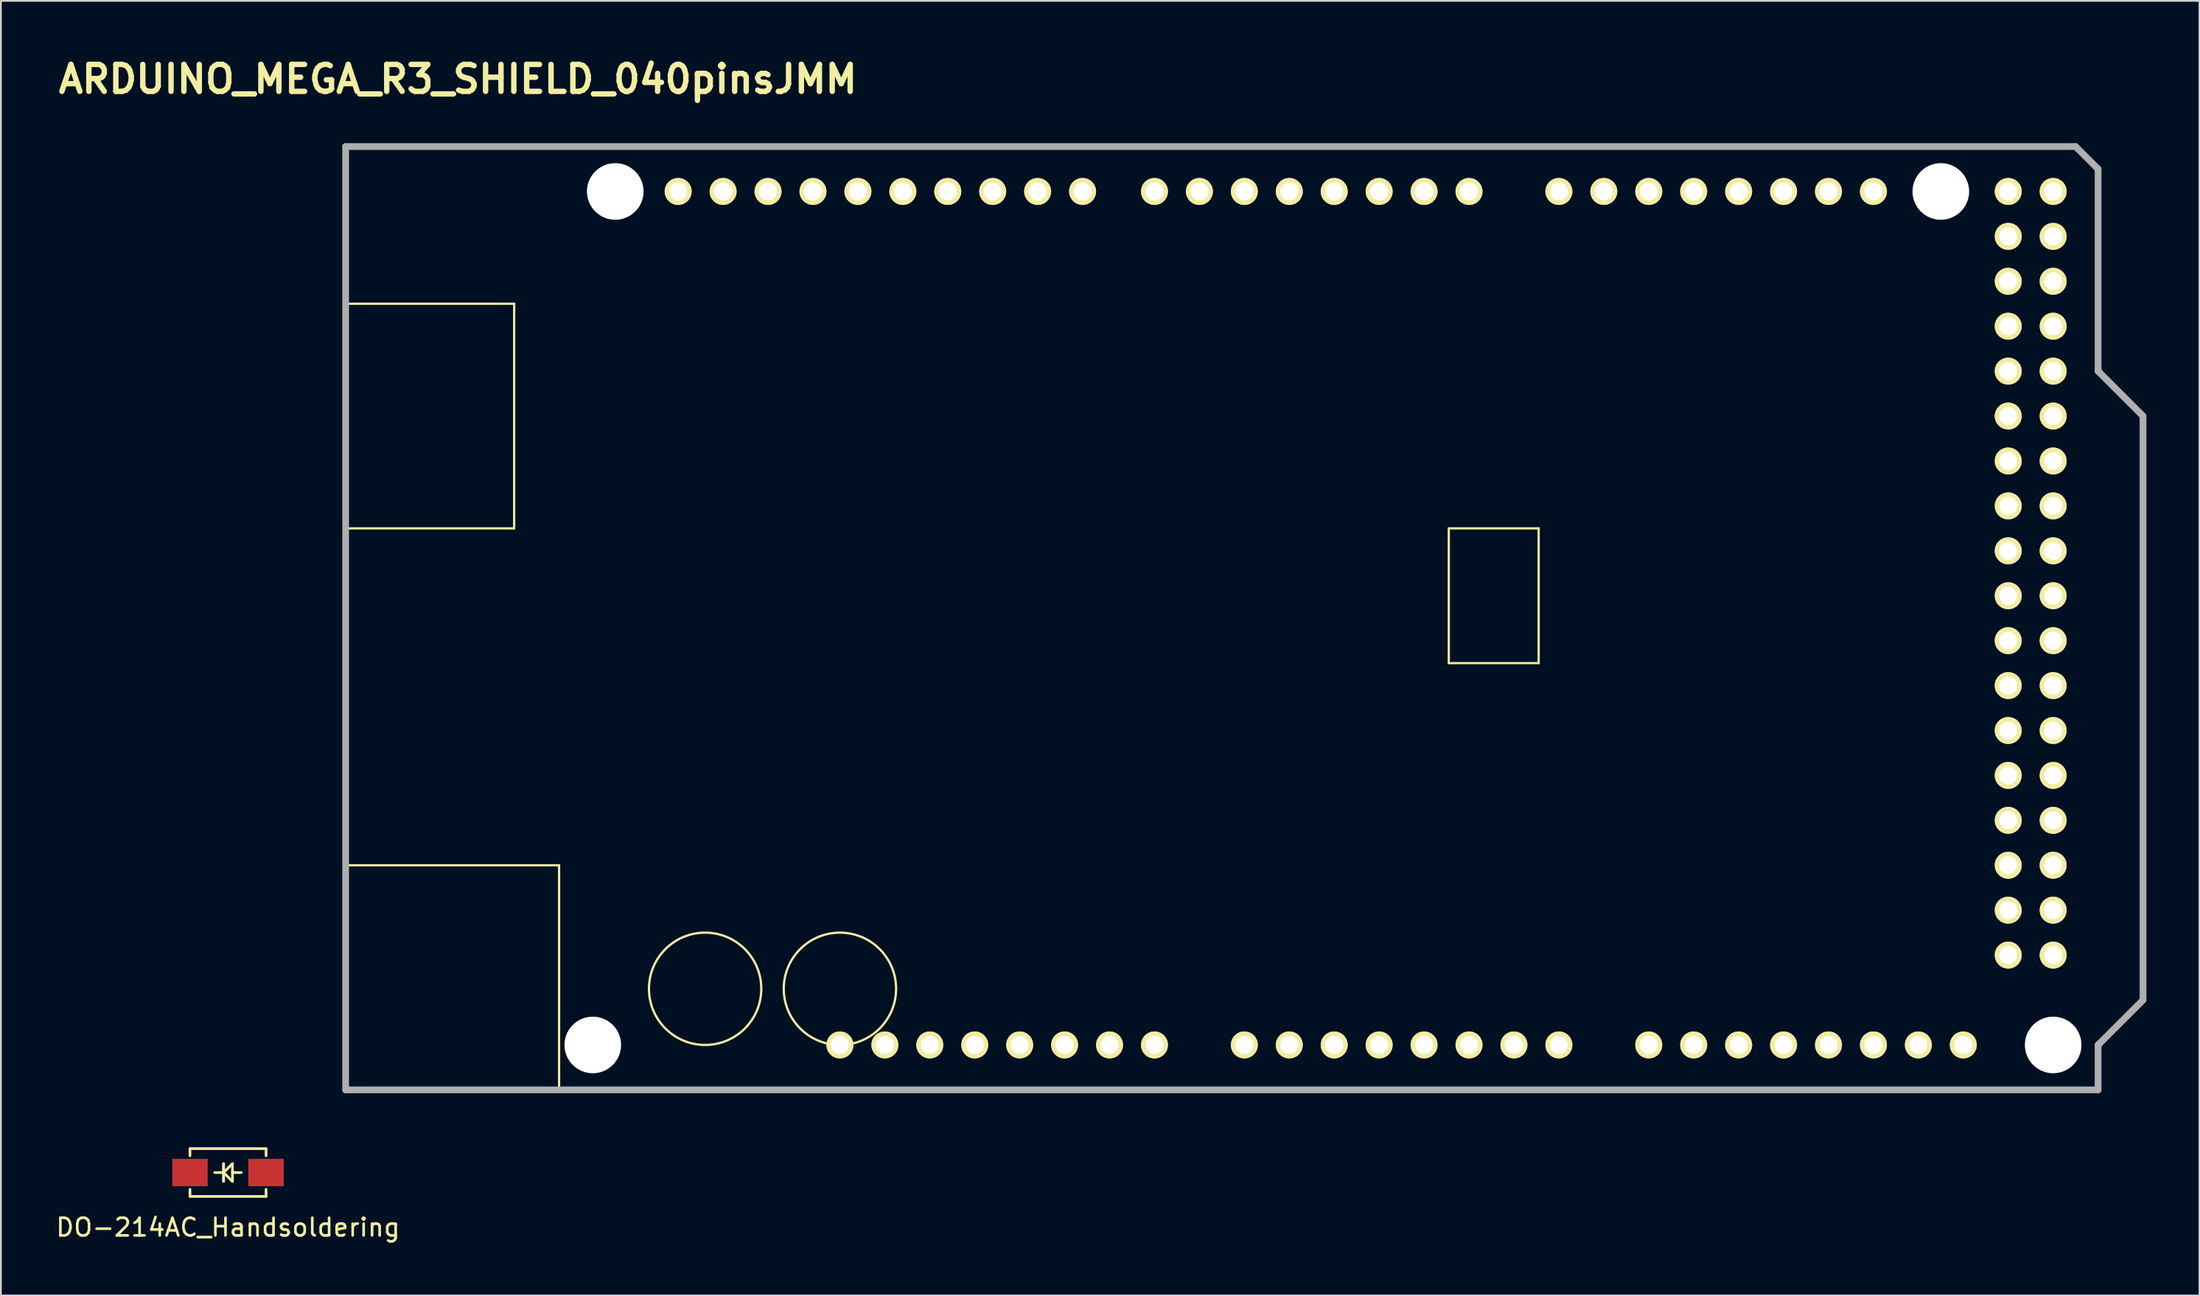
<source format=kicad_pcb>
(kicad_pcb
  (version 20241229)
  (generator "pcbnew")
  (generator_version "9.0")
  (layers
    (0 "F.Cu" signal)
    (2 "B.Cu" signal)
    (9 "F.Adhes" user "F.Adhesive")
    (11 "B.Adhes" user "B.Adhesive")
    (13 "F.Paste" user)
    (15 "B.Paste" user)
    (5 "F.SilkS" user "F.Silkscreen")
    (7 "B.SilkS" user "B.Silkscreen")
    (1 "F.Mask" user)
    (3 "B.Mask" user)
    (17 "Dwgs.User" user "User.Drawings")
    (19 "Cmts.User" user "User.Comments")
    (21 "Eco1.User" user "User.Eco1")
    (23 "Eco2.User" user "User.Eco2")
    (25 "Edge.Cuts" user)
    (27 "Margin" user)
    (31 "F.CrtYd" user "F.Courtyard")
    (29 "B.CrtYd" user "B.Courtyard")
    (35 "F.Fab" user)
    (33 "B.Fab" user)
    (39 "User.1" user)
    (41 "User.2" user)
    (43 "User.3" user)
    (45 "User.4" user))
  (footprint "DO-214AC_Handsoldering"
    (layer "F.Cu")
    (at 9.839 63.251)
    (property "Reference" "DO-214AC_Handsoldering" (at 0 3.1 0) (layer "F.SilkS") (effects (font (size 1 1) (thickness 0.15))))
    (attr through_hole)
    (fp_line (start -2.15 -1.35) (end -2.15 -0.95) (stroke (width 0.15) (type solid)) (layer "F.SilkS"))
    (fp_line (start -2.15 -1.35) (end 2.15 -1.35) (stroke (width 0.15) (type solid)) (layer "F.SilkS"))
    (fp_line (start -2.15 0.95) (end -2.15 1.35) (stroke (width 0.15) (type solid)) (layer "F.SilkS"))
    (fp_line (start -2.15 1.35) (end 2.15 1.35) (stroke (width 0.15) (type solid)) (layer "F.SilkS"))
    (fp_line (start -0.25 -0.5) (end -0.25 0) (stroke (width 0.15) (type solid)) (layer "F.SilkS"))
    (fp_line (start -0.25 0) (end -0.75 0) (stroke (width 0.15) (type solid)) (layer "F.SilkS"))
    (fp_line (start -0.25 0) (end -0.25 -0.5) (stroke (width 0.15) (type solid)) (layer "F.SilkS"))
    (fp_line (start -0.25 0) (end -0.25 0.5) (stroke (width 0.15) (type solid)) (layer "F.SilkS"))
    (fp_line (start -0.25 0) (end 0.25 0.5) (stroke (width 0.15) (type solid)) (layer "F.SilkS"))
    (fp_line (start -0.25 0.5) (end -0.25 0) (stroke (width 0.15) (type solid)) (layer "F.SilkS"))
    (fp_line (start 0.25 -0.5) (end -0.25 0) (stroke (width 0.15) (type solid)) (layer "F.SilkS"))
    (fp_line (start 0.25 0) (end 0.75 0) (stroke (width 0.15) (type solid)) (layer "F.SilkS"))
    (fp_line (start 0.25 0.5) (end 0.25 -0.5) (stroke (width 0.15) (type solid)) (layer "F.SilkS"))
    (fp_line (start 2.15 -1.35) (end 2.15 -0.95) (stroke (width 0.15) (type solid)) (layer "F.SilkS"))
    (fp_line (start 2.15 1.35) (end 2.15 0.95) (stroke (width 0.15) (type solid)) (layer "F.SilkS"))
    (pad "1" smd rect (at -2.15 0) (size 2 1.55) (layers "F.Cu" "F.Mask" "F.Paste"))
    (pad "2" smd rect (at 2.15 0) (size 2 1.55) (layers "F.Cu" "F.Mask" "F.Paste")))
  (footprint "ARDUINO_MEGA_R3_SHIELD_040pinsJMM"
    (layer "F.Cu")
    (at 16.488 58.576)
    (property "Reference" "ARDUINO_MEGA_R3_SHIELD_040pinsJMM" (at 6.35 -57.15 0) (layer "F.SilkS") (effects (font (size 1.524 1.524) (thickness 0.305))))
    (attr through_hole)
    (fp_line (start 0 -44.45) (end 9.525 -44.45) (stroke (width 0.127) (type solid)) (layer "F.SilkS"))
    (fp_line (start 0 -12.7) (end 12.065 -12.7) (stroke (width 0.127) (type solid)) (layer "F.SilkS"))
    (fp_line (start 9.525 -44.45) (end 9.525 -31.75) (stroke (width 0.127) (type solid)) (layer "F.SilkS"))
    (fp_line (start 9.525 -31.75) (end 0 -31.75) (stroke (width 0.127) (type solid)) (layer "F.SilkS"))
    (fp_line (start 12.065 -12.7) (end 12.065 0) (stroke (width 0.127) (type solid)) (layer "F.SilkS"))
    (fp_line (start 62.357 -31.75) (end 62.357 -24.13) (stroke (width 0.127) (type solid)) (layer "F.SilkS"))
    (fp_line (start 62.357 -24.13) (end 67.437 -24.13) (stroke (width 0.127) (type solid)) (layer "F.SilkS"))
    (fp_line (start 67.437 -31.75) (end 62.357 -31.75) (stroke (width 0.127) (type solid)) (layer "F.SilkS"))
    (fp_line (start 67.437 -24.13) (end 67.437 -31.75) (stroke (width 0.127) (type solid)) (layer "F.SilkS"))
    (fp_circle (center 20.32 -5.715) (end 23.495 -5.715) (stroke (width 0.127) (type solid)) (fill no) (layer "F.SilkS"))
    (fp_circle (center 27.94 -5.715) (end 31.115 -5.715) (stroke (width 0.127) (type solid)) (fill no) (layer "F.SilkS"))
    (fp_line (start 0 0) (end 0 -53.34) (stroke (width 0.381) (type solid)) (layer "F.Fab"))
    (fp_line (start 97.79 -53.34) (end 0 -53.34) (stroke (width 0.381) (type solid)) (layer "F.Fab"))
    (fp_line (start 99.06 -52.07) (end 97.79 -53.34) (stroke (width 0.381) (type solid)) (layer "F.Fab"))
    (fp_line (start 99.06 -40.64) (end 99.06 -52.07) (stroke (width 0.381) (type solid)) (layer "F.Fab"))
    (fp_line (start 99.06 -40.64) (end 101.6 -38.1) (stroke (width 0.381) (type solid)) (layer "F.Fab"))
    (fp_line (start 99.06 -2.54) (end 99.06 0) (stroke (width 0.381) (type solid)) (layer "F.Fab"))
    (fp_line (start 99.06 0) (end 0 0) (stroke (width 0.381) (type solid)) (layer "F.Fab"))
    (fp_line (start 101.6 -38.1) (end 101.6 -5.08) (stroke (width 0.381) (type solid)) (layer "F.Fab"))
    (fp_line (start 101.6 -5.08) (end 99.06 -2.54) (stroke (width 0.381) (type solid)) (layer "F.Fab"))
    (pad "" np_thru_hole circle (at 13.97 -2.54 90) (size 3.2 3.2) (drill 3.2) (layers "*.Cu" "*.Mask"))
    (pad "" np_thru_hole circle (at 15.24 -50.8 90) (size 3.2 3.2) (drill 3.2) (layers "*.Cu" "*.Mask"))
    (pad "" np_thru_hole circle (at 90.17 -50.8 90) (size 3.2 3.2) (drill 3.2) (layers "*.Cu" "*.Mask"))
    (pad "" np_thru_hole circle (at 96.52 -2.54 90) (size 3.2 3.2) (drill 3.2) (layers "*.Cu" "*.Mask"))
    (pad "0" thru_hole circle (at 63.5 -50.8) (size 1.524 1.524) (drill 1.016) (layers "*.Cu" "*.Mask" "F.SilkS"))
    (pad "1" thru_hole circle (at 60.96 -50.8) (size 1.524 1.524) (drill 1.016) (layers "*.Cu" "*.Mask" "F.SilkS"))
    (pad "2" thru_hole circle (at 58.42 -50.8) (size 1.524 1.524) (drill 1.016) (layers "*.Cu" "*.Mask" "F.SilkS"))
    (pad "3" thru_hole circle (at 55.88 -50.8) (size 1.524 1.524) (drill 1.016) (layers "*.Cu" "*.Mask" "F.SilkS"))
    (pad "3V3" thru_hole circle (at 35.56 -2.54) (size 1.524 1.524) (drill 1.016) (layers "*.Cu" "*.Mask" "F.SilkS"))
    (pad "4" thru_hole circle (at 53.34 -50.8) (size 1.524 1.524) (drill 1.016) (layers "*.Cu" "*.Mask" "F.SilkS"))
    (pad "5" thru_hole circle (at 50.8 -50.8) (size 1.524 1.524) (drill 1.016) (layers "*.Cu" "*.Mask" "F.SilkS"))
    (pad "5V_1" thru_hole circle (at 93.98 -50.8) (size 1.524 1.524) (drill 1.016) (layers "*.Cu" "*.Mask" "F.SilkS"))
    (pad "5V_2" thru_hole circle (at 96.52 -50.8) (size 1.524 1.524) (drill 1.016) (layers "*.Cu" "*.Mask" "F.SilkS"))
    (pad "5V_3" thru_hole circle (at 38.1 -2.54) (size 1.524 1.524) (drill 1.016) (layers "*.Cu" "*.Mask" "F.SilkS"))
    (pad "6" thru_hole circle (at 48.26 -50.8) (size 1.524 1.524) (drill 1.016) (layers "*.Cu" "*.Mask" "F.SilkS"))
    (pad "7" thru_hole circle (at 45.72 -50.8) (size 1.524 1.524) (drill 1.016) (layers "*.Cu" "*.Mask" "F.SilkS"))
    (pad "8" thru_hole circle (at 41.656 -50.8) (size 1.524 1.524) (drill 1.016) (layers "*.Cu" "*.Mask" "F.SilkS"))
    (pad "9" thru_hole circle (at 39.116 -50.8) (size 1.524 1.524) (drill 1.016) (layers "*.Cu" "*.Mask" "F.SilkS"))
    (pad "10" thru_hole circle (at 36.576 -50.8) (size 1.524 1.524) (drill 1.016) (layers "*.Cu" "*.Mask" "F.SilkS"))
    (pad "11" thru_hole circle (at 34.036 -50.8) (size 1.524 1.524) (drill 1.016) (layers "*.Cu" "*.Mask" "F.SilkS"))
    (pad "12" thru_hole circle (at 31.496 -50.8) (size 1.524 1.524) (drill 1.016) (layers "*.Cu" "*.Mask" "F.SilkS"))
    (pad "13" thru_hole circle (at 28.956 -50.8) (size 1.524 1.524) (drill 1.016) (layers "*.Cu" "*.Mask" "F.SilkS"))
    (pad "14" thru_hole circle (at 68.58 -50.8) (size 1.524 1.524) (drill 1.016) (layers "*.Cu" "*.Mask" "F.SilkS"))
    (pad "15" thru_hole circle (at 71.12 -50.8) (size 1.524 1.524) (drill 1.016) (layers "*.Cu" "*.Mask" "F.SilkS"))
    (pad "16" thru_hole circle (at 73.66 -50.8) (size 1.524 1.524) (drill 1.016) (layers "*.Cu" "*.Mask" "F.SilkS"))
    (pad "17" thru_hole circle (at 76.2 -50.8) (size 1.524 1.524) (drill 1.016) (layers "*.Cu" "*.Mask" "F.SilkS"))
    (pad "18" thru_hole circle (at 78.74 -50.8) (size 1.524 1.524) (drill 1.016) (layers "*.Cu" "*.Mask" "F.SilkS"))
    (pad "19" thru_hole circle (at 81.28 -50.8) (size 1.524 1.524) (drill 1.016) (layers "*.Cu" "*.Mask" "F.SilkS"))
    (pad "20" thru_hole circle (at 83.82 -50.8) (size 1.524 1.524) (drill 1.016) (layers "*.Cu" "*.Mask" "F.SilkS"))
    (pad "21" thru_hole circle (at 86.36 -50.8) (size 1.524 1.524) (drill 1.016) (layers "*.Cu" "*.Mask" "F.SilkS"))
    (pad "22" thru_hole circle (at 93.98 -48.26) (size 1.524 1.524) (drill 1.016) (layers "*.Cu" "*.Mask" "F.SilkS"))
    (pad "23" thru_hole circle (at 96.52 -48.26) (size 1.524 1.524) (drill 1.016) (layers "*.Cu" "*.Mask" "F.SilkS"))
    (pad "24" thru_hole circle (at 93.98 -45.72) (size 1.524 1.524) (drill 1.016) (layers "*.Cu" "*.Mask" "F.SilkS"))
    (pad "25" thru_hole circle (at 96.52 -45.72) (size 1.524 1.524) (drill 1.016) (layers "*.Cu" "*.Mask" "F.SilkS"))
    (pad "26" thru_hole circle (at 93.98 -43.18) (size 1.524 1.524) (drill 1.016) (layers "*.Cu" "*.Mask" "F.SilkS"))
    (pad "27" thru_hole circle (at 96.52 -43.18) (size 1.524 1.524) (drill 1.016) (layers "*.Cu" "*.Mask" "F.SilkS"))
    (pad "28" thru_hole circle (at 93.98 -40.64) (size 1.524 1.524) (drill 1.016) (layers "*.Cu" "*.Mask" "F.SilkS"))
    (pad "29" thru_hole circle (at 96.52 -40.64) (size 1.524 1.524) (drill 1.016) (layers "*.Cu" "*.Mask" "F.SilkS"))
    (pad "30" thru_hole circle (at 93.98 -38.1) (size 1.524 1.524) (drill 1.016) (layers "*.Cu" "*.Mask" "F.SilkS"))
    (pad "31" thru_hole circle (at 96.52 -38.1) (size 1.524 1.524) (drill 1.016) (layers "*.Cu" "*.Mask" "F.SilkS"))
    (pad "32" thru_hole circle (at 93.98 -35.56) (size 1.524 1.524) (drill 1.016) (layers "*.Cu" "*.Mask" "F.SilkS"))
    (pad "33" thru_hole circle (at 96.52 -35.56) (size 1.524 1.524) (drill 1.016) (layers "*.Cu" "*.Mask" "F.SilkS"))
    (pad "34" thru_hole circle (at 93.98 -33.02) (size 1.524 1.524) (drill 1.016) (layers "*.Cu" "*.Mask" "F.SilkS"))
    (pad "35" thru_hole circle (at 96.52 -33.02) (size 1.524 1.524) (drill 1.016) (layers "*.Cu" "*.Mask" "F.SilkS"))
    (pad "36" thru_hole circle (at 93.98 -30.48) (size 1.524 1.524) (drill 1.016) (layers "*.Cu" "*.Mask" "F.SilkS"))
    (pad "37" thru_hole circle (at 96.52 -30.48) (size 1.524 1.524) (drill 1.016) (layers "*.Cu" "*.Mask" "F.SilkS"))
    (pad "38" thru_hole circle (at 93.98 -27.94) (size 1.524 1.524) (drill 1.016) (layers "*.Cu" "*.Mask" "F.SilkS"))
    (pad "39" thru_hole circle (at 96.52 -27.94) (size 1.524 1.524) (drill 1.016) (layers "*.Cu" "*.Mask" "F.SilkS"))
    (pad "40" thru_hole circle (at 93.98 -25.4) (size 1.524 1.524) (drill 1.016) (layers "*.Cu" "*.Mask" "F.SilkS"))
    (pad "41" thru_hole circle (at 96.52 -25.4) (size 1.524 1.524) (drill 1.016) (layers "*.Cu" "*.Mask" "F.SilkS"))
    (pad "42" thru_hole circle (at 93.98 -22.86) (size 1.524 1.524) (drill 1.016) (layers "*.Cu" "*.Mask" "F.SilkS"))
    (pad "43" thru_hole circle (at 96.52 -22.86) (size 1.524 1.524) (drill 1.016) (layers "*.Cu" "*.Mask" "F.SilkS"))
    (pad "44" thru_hole circle (at 93.98 -20.32) (size 1.524 1.524) (drill 1.016) (layers "*.Cu" "*.Mask" "F.SilkS"))
    (pad "45" thru_hole circle (at 96.52 -20.32) (size 1.524 1.524) (drill 1.016) (layers "*.Cu" "*.Mask" "F.SilkS"))
    (pad "46" thru_hole circle (at 93.98 -17.78) (size 1.524 1.524) (drill 1.016) (layers "*.Cu" "*.Mask" "F.SilkS"))
    (pad "47" thru_hole circle (at 96.52 -17.78) (size 1.524 1.524) (drill 1.016) (layers "*.Cu" "*.Mask" "F.SilkS"))
    (pad "48" thru_hole circle (at 93.98 -15.24) (size 1.524 1.524) (drill 1.016) (layers "*.Cu" "*.Mask" "F.SilkS"))
    (pad "49" thru_hole circle (at 96.52 -15.24) (size 1.524 1.524) (drill 1.016) (layers "*.Cu" "*.Mask" "F.SilkS"))
    (pad "50" thru_hole circle (at 93.98 -12.7) (size 1.524 1.524) (drill 1.016) (layers "*.Cu" "*.Mask" "F.SilkS"))
    (pad "51" thru_hole circle (at 96.52 -12.7) (size 1.524 1.524) (drill 1.016) (layers "*.Cu" "*.Mask" "F.SilkS"))
    (pad "52" thru_hole circle (at 93.98 -10.16) (size 1.524 1.524) (drill 1.016) (layers "*.Cu" "*.Mask" "F.SilkS"))
    (pad "53" thru_hole circle (at 96.52 -10.16) (size 1.524 1.524) (drill 1.016) (layers "*.Cu" "*.Mask" "F.SilkS"))
    (pad "A0" thru_hole circle (at 50.8 -2.54) (size 1.524 1.524) (drill 1.016) (layers "*.Cu" "*.Mask" "F.SilkS"))
    (pad "A1" thru_hole circle (at 53.34 -2.54) (size 1.524 1.524) (drill 1.016) (layers "*.Cu" "*.Mask" "F.SilkS"))
    (pad "A2" thru_hole circle (at 55.88 -2.54) (size 1.524 1.524) (drill 1.016) (layers "*.Cu" "*.Mask" "F.SilkS"))
    (pad "A3" thru_hole circle (at 58.42 -2.54) (size 1.524 1.524) (drill 1.016) (layers "*.Cu" "*.Mask" "F.SilkS"))
    (pad "A4" thru_hole circle (at 60.96 -2.54) (size 1.524 1.524) (drill 1.016) (layers "*.Cu" "*.Mask" "F.SilkS"))
    (pad "A5" thru_hole circle (at 63.5 -2.54) (size 1.524 1.524) (drill 1.016) (layers "*.Cu" "*.Mask" "F.SilkS"))
    (pad "A6" thru_hole circle (at 66.04 -2.54) (size 1.524 1.524) (drill 1.016) (layers "*.Cu" "*.Mask" "F.SilkS"))
    (pad "A7" thru_hole circle (at 68.58 -2.54) (size 1.524 1.524) (drill 1.016) (layers "*.Cu" "*.Mask" "F.SilkS"))
    (pad "A8" thru_hole circle (at 73.66 -2.54) (size 1.524 1.524) (drill 1.016) (layers "*.Cu" "*.Mask" "F.SilkS"))
    (pad "A9" thru_hole circle (at 76.2 -2.54) (size 1.524 1.524) (drill 1.016) (layers "*.Cu" "*.Mask" "F.SilkS"))
    (pad "A10" thru_hole circle (at 78.74 -2.54) (size 1.524 1.524) (drill 1.016) (layers "*.Cu" "*.Mask" "F.SilkS"))
    (pad "A11" thru_hole circle (at 81.28 -2.54) (size 1.524 1.524) (drill 1.016) (layers "*.Cu" "*.Mask" "F.SilkS"))
    (pad "A12" thru_hole circle (at 83.82 -2.54) (size 1.524 1.524) (drill 1.016) (layers "*.Cu" "*.Mask" "F.SilkS"))
    (pad "A13" thru_hole circle (at 86.36 -2.54) (size 1.524 1.524) (drill 1.016) (layers "*.Cu" "*.Mask" "F.SilkS"))
    (pad "A14" thru_hole circle (at 88.9 -2.54) (size 1.524 1.524) (drill 1.016) (layers "*.Cu" "*.Mask" "F.SilkS"))
    (pad "A15" thru_hole circle (at 91.44 -2.54) (size 1.524 1.524) (drill 1.016) (layers "*.Cu" "*.Mask" "F.SilkS"))
    (pad "AREF" thru_hole circle (at 23.876 -50.8) (size 1.524 1.524) (drill 1.016) (layers "*.Cu" "*.Mask" "F.SilkS"))
    (pad "DGND" thru_hole circle (at 93.98 -7.62) (size 1.524 1.524) (drill 1.016) (layers "*.Cu" "*.Mask" "F.SilkS"))
    (pad "DGND" thru_hole circle (at 96.52 -7.62) (size 1.524 1.524) (drill 1.016) (layers "*.Cu" "*.Mask" "F.SilkS"))
    (pad "GND1" thru_hole circle (at 26.416 -50.8) (size 1.524 1.524) (drill 1.016) (layers "*.Cu" "*.Mask" "F.SilkS"))
    (pad "GND4" thru_hole circle (at 43.18 -2.54) (size 1.524 1.524) (drill 1.016) (layers "*.Cu" "*.Mask" "F.SilkS"))
    (pad "GND5" thru_hole circle (at 40.64 -2.54) (size 1.524 1.524) (drill 1.016) (layers "*.Cu" "*.Mask" "F.SilkS"))
    (pad "IORF" thru_hole circle (at 30.48 -2.54) (size 1.524 1.524) (drill 1.016) (layers "*.Cu" "*.Mask" "F.SilkS"))
    (pad "NC" thru_hole circle (at 27.94 -2.54) (size 1.524 1.524) (drill 1.016) (layers "*.Cu" "*.Mask" "F.SilkS"))
    (pad "RST" thru_hole circle (at 33.02 -2.54) (size 1.524 1.524) (drill 1.016) (layers "*.Cu" "*.Mask" "F.SilkS"))
    (pad "SCL" thru_hole circle (at 18.796 -50.8) (size 1.524 1.524) (drill 1.016) (layers "*.Cu" "*.Mask" "F.SilkS"))
    (pad "SDA" thru_hole circle (at 21.336 -50.8) (size 1.524 1.524) (drill 1.016) (layers "*.Cu" "*.Mask" "F.SilkS"))
    (pad "VIN" thru_hole circle (at 45.72 -2.54) (size 1.524 1.524) (drill 1.016) (layers "*.Cu" "*.Mask" "F.SilkS")))
  (gr_rect
    (start -3 -3)
    (end 121.279 70.2)
    (stroke (width 0.1) (type default))
    (fill no)
    (layer "Edge.Cuts")))
</source>
